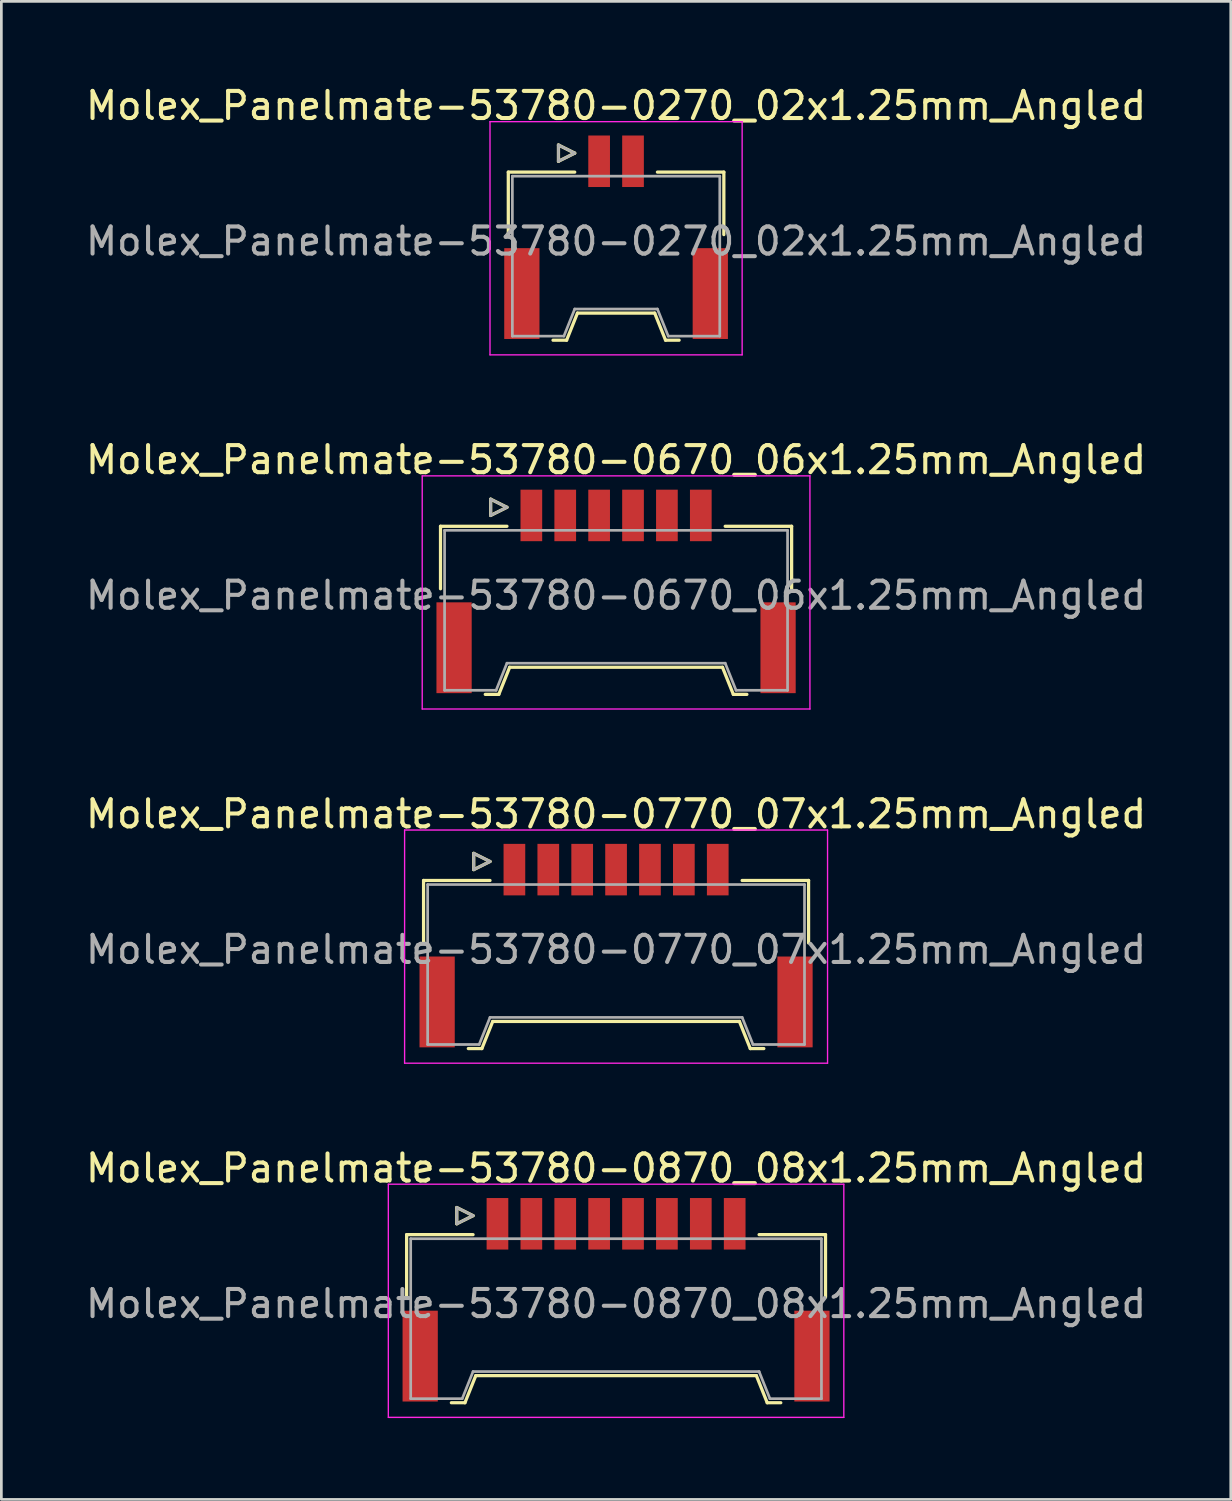
<source format=kicad_pcb>
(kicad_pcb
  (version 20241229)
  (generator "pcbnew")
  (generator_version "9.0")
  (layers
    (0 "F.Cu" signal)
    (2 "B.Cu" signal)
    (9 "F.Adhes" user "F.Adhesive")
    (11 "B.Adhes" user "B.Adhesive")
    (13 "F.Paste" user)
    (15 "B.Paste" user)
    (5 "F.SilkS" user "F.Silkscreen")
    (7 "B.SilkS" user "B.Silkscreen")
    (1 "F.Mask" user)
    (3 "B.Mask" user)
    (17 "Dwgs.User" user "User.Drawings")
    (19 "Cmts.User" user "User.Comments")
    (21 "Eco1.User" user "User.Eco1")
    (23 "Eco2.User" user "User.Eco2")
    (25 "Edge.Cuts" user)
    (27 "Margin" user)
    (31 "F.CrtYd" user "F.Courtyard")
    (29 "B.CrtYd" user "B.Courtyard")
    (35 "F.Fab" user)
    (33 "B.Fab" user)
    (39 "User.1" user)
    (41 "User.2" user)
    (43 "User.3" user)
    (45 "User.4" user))
  (footprint "Molex_Panelmate-53780-0870_08x1.25mm_Angled"
    (layer "F.Cu")
    (at 19.673 44.528)
    (property "Reference" "Molex_Panelmate-53780-0870_08x1.25mm_Angled" (at 0 -4.49 0) (layer "F.SilkS") (effects (font (size 1 1) (thickness 0.15))))
    (attr smd)
    (fp_line (start -7.725 -2.04) (end -7.725 0.265) (stroke (width 0.12) (type solid)) (layer "F.SilkS"))
    (fp_line (start -6.075 4.16) (end -5.575 4.16) (stroke (width 0.12) (type solid)) (layer "F.SilkS"))
    (fp_line (start -5.875 -3.04) (end -5.875 -2.44) (stroke (width 0.12) (type solid)) (layer "F.SilkS"))
    (fp_line (start -5.875 -2.44) (end -5.275 -2.74) (stroke (width 0.12) (type solid)) (layer "F.SilkS"))
    (fp_line (start -5.575 4.16) (end -5.175 3.16) (stroke (width 0.12) (type solid)) (layer "F.SilkS"))
    (fp_line (start -5.275 -2.74) (end -5.875 -3.04) (stroke (width 0.12) (type solid)) (layer "F.SilkS"))
    (fp_line (start -5.275 -2.04) (end -7.725 -2.04) (stroke (width 0.12) (type solid)) (layer "F.SilkS"))
    (fp_line (start -5.175 3.16) (end 5.175 3.16) (stroke (width 0.12) (type solid)) (layer "F.SilkS"))
    (fp_line (start 5.175 3.16) (end 5.575 4.16) (stroke (width 0.12) (type solid)) (layer "F.SilkS"))
    (fp_line (start 5.275 -2.04) (end 7.725 -2.04) (stroke (width 0.12) (type solid)) (layer "F.SilkS"))
    (fp_line (start 5.575 4.16) (end 6.075 4.16) (stroke (width 0.12) (type solid)) (layer "F.SilkS"))
    (fp_line (start 7.725 -2.04) (end 7.725 0.265) (stroke (width 0.12) (type solid)) (layer "F.SilkS"))
    (fp_line (start -8.4 -3.9) (end -8.4 4.7) (stroke (width 0.05) (type solid)) (layer "F.CrtYd"))
    (fp_line (start -8.4 4.7) (end 8.4 4.7) (stroke (width 0.05) (type solid)) (layer "F.CrtYd"))
    (fp_line (start 8.4 -3.9) (end -8.4 -3.9) (stroke (width 0.05) (type solid)) (layer "F.CrtYd"))
    (fp_line (start 8.4 4.7) (end 8.4 -3.9) (stroke (width 0.05) (type solid)) (layer "F.CrtYd"))
    (fp_line (start -7.575 -1.89) (end -7.575 4.01) (stroke (width 0.1) (type solid)) (layer "F.Fab"))
    (fp_line (start -7.575 4.01) (end -5.675 4.01) (stroke (width 0.1) (type solid)) (layer "F.Fab"))
    (fp_line (start -5.875 -3.04) (end -5.875 -2.44) (stroke (width 0.1) (type solid)) (layer "F.Fab"))
    (fp_line (start -5.875 -2.44) (end -5.275 -2.74) (stroke (width 0.1) (type solid)) (layer "F.Fab"))
    (fp_line (start -5.675 4.01) (end -5.275 3.01) (stroke (width 0.1) (type solid)) (layer "F.Fab"))
    (fp_line (start -5.275 -2.74) (end -5.875 -3.04) (stroke (width 0.1) (type solid)) (layer "F.Fab"))
    (fp_line (start -5.275 3.01) (end 5.275 3.01) (stroke (width 0.1) (type solid)) (layer "F.Fab"))
    (fp_line (start 5.275 3.01) (end 5.675 4.01) (stroke (width 0.1) (type solid)) (layer "F.Fab"))
    (fp_line (start 5.675 4.01) (end 7.575 4.01) (stroke (width 0.1) (type solid)) (layer "F.Fab"))
    (fp_line (start 7.575 -1.89) (end -7.575 -1.89) (stroke (width 0.1) (type solid)) (layer "F.Fab"))
    (fp_line (start 7.575 4.01) (end 7.575 -1.89) (stroke (width 0.1) (type solid)) (layer "F.Fab"))
    (fp_text user "${REFERENCE}" (at 0 0.51 0) (layer "F.Fab") (effects (font (size 1 1) (thickness 0.15))))
    (pad "" smd rect (at -7.225 2.44) (size 1.3 3.35) (layers "F.Cu" "F.Mask" "F.Paste"))
    (pad "" smd rect (at 7.225 2.44) (size 1.3 3.35) (layers "F.Cu" "F.Mask" "F.Paste"))
    (pad "1" smd rect (at -4.375 -2.44) (size 0.8 1.9) (layers "F.Cu" "F.Mask" "F.Paste"))
    (pad "2" smd rect (at -3.125 -2.44) (size 0.8 1.9) (layers "F.Cu" "F.Mask" "F.Paste"))
    (pad "3" smd rect (at -1.875 -2.44) (size 0.8 1.9) (layers "F.Cu" "F.Mask" "F.Paste"))
    (pad "4" smd rect (at -0.625 -2.44) (size 0.8 1.9) (layers "F.Cu" "F.Mask" "F.Paste"))
    (pad "5" smd rect (at 0.625 -2.44) (size 0.8 1.9) (layers "F.Cu" "F.Mask" "F.Paste"))
    (pad "6" smd rect (at 1.875 -2.44) (size 0.8 1.9) (layers "F.Cu" "F.Mask" "F.Paste"))
    (pad "7" smd rect (at 3.125 -2.44) (size 0.8 1.9) (layers "F.Cu" "F.Mask" "F.Paste"))
    (pad "8" smd rect (at 4.375 -2.44) (size 0.8 1.9) (layers "F.Cu" "F.Mask" "F.Paste")))
  (footprint "Molex_Panelmate-53780-0770_07x1.25mm_Angled"
    (layer "F.Cu")
    (at 19.673 31.465)
    (property "Reference" "Molex_Panelmate-53780-0770_07x1.25mm_Angled" (at 0 -4.49 0) (layer "F.SilkS") (effects (font (size 1 1) (thickness 0.15))))
    (attr smd)
    (fp_line (start -7.1 -2.04) (end -7.1 0.265) (stroke (width 0.12) (type solid)) (layer "F.SilkS"))
    (fp_line (start -5.45 4.16) (end -4.95 4.16) (stroke (width 0.12) (type solid)) (layer "F.SilkS"))
    (fp_line (start -5.25 -3.04) (end -5.25 -2.44) (stroke (width 0.12) (type solid)) (layer "F.SilkS"))
    (fp_line (start -5.25 -2.44) (end -4.65 -2.74) (stroke (width 0.12) (type solid)) (layer "F.SilkS"))
    (fp_line (start -4.95 4.16) (end -4.55 3.16) (stroke (width 0.12) (type solid)) (layer "F.SilkS"))
    (fp_line (start -4.65 -2.74) (end -5.25 -3.04) (stroke (width 0.12) (type solid)) (layer "F.SilkS"))
    (fp_line (start -4.65 -2.04) (end -7.1 -2.04) (stroke (width 0.12) (type solid)) (layer "F.SilkS"))
    (fp_line (start -4.55 3.16) (end 4.55 3.16) (stroke (width 0.12) (type solid)) (layer "F.SilkS"))
    (fp_line (start 4.55 3.16) (end 4.95 4.16) (stroke (width 0.12) (type solid)) (layer "F.SilkS"))
    (fp_line (start 4.65 -2.04) (end 7.1 -2.04) (stroke (width 0.12) (type solid)) (layer "F.SilkS"))
    (fp_line (start 4.95 4.16) (end 5.45 4.16) (stroke (width 0.12) (type solid)) (layer "F.SilkS"))
    (fp_line (start 7.1 -2.04) (end 7.1 0.265) (stroke (width 0.12) (type solid)) (layer "F.SilkS"))
    (fp_line (start -7.8 -3.9) (end -7.8 4.7) (stroke (width 0.05) (type solid)) (layer "F.CrtYd"))
    (fp_line (start -7.8 4.7) (end 7.8 4.7) (stroke (width 0.05) (type solid)) (layer "F.CrtYd"))
    (fp_line (start 7.8 -3.9) (end -7.8 -3.9) (stroke (width 0.05) (type solid)) (layer "F.CrtYd"))
    (fp_line (start 7.8 4.7) (end 7.8 -3.9) (stroke (width 0.05) (type solid)) (layer "F.CrtYd"))
    (fp_line (start -6.95 -1.89) (end -6.95 4.01) (stroke (width 0.1) (type solid)) (layer "F.Fab"))
    (fp_line (start -6.95 4.01) (end -5.05 4.01) (stroke (width 0.1) (type solid)) (layer "F.Fab"))
    (fp_line (start -5.25 -3.04) (end -5.25 -2.44) (stroke (width 0.1) (type solid)) (layer "F.Fab"))
    (fp_line (start -5.25 -2.44) (end -4.65 -2.74) (stroke (width 0.1) (type solid)) (layer "F.Fab"))
    (fp_line (start -5.05 4.01) (end -4.65 3.01) (stroke (width 0.1) (type solid)) (layer "F.Fab"))
    (fp_line (start -4.65 -2.74) (end -5.25 -3.04) (stroke (width 0.1) (type solid)) (layer "F.Fab"))
    (fp_line (start -4.65 3.01) (end 4.65 3.01) (stroke (width 0.1) (type solid)) (layer "F.Fab"))
    (fp_line (start 4.65 3.01) (end 5.05 4.01) (stroke (width 0.1) (type solid)) (layer "F.Fab"))
    (fp_line (start 5.05 4.01) (end 6.95 4.01) (stroke (width 0.1) (type solid)) (layer "F.Fab"))
    (fp_line (start 6.95 -1.89) (end -6.95 -1.89) (stroke (width 0.1) (type solid)) (layer "F.Fab"))
    (fp_line (start 6.95 4.01) (end 6.95 -1.89) (stroke (width 0.1) (type solid)) (layer "F.Fab"))
    (fp_text user "${REFERENCE}" (at 0 0.51 0) (layer "F.Fab") (effects (font (size 1 1) (thickness 0.15))))
    (pad "" smd rect (at -6.6 2.44) (size 1.3 3.35) (layers "F.Cu" "F.Mask" "F.Paste"))
    (pad "" smd rect (at 6.6 2.44) (size 1.3 3.35) (layers "F.Cu" "F.Mask" "F.Paste"))
    (pad "1" smd rect (at -3.75 -2.44) (size 0.8 1.9) (layers "F.Cu" "F.Mask" "F.Paste"))
    (pad "2" smd rect (at -2.5 -2.44) (size 0.8 1.9) (layers "F.Cu" "F.Mask" "F.Paste"))
    (pad "3" smd rect (at -1.25 -2.44) (size 0.8 1.9) (layers "F.Cu" "F.Mask" "F.Paste"))
    (pad "4" smd rect (at 0 -2.44) (size 0.8 1.9) (layers "F.Cu" "F.Mask" "F.Paste"))
    (pad "5" smd rect (at 1.25 -2.44) (size 0.8 1.9) (layers "F.Cu" "F.Mask" "F.Paste"))
    (pad "6" smd rect (at 2.5 -2.44) (size 0.8 1.9) (layers "F.Cu" "F.Mask" "F.Paste"))
    (pad "7" smd rect (at 3.75 -2.44) (size 0.8 1.9) (layers "F.Cu" "F.Mask" "F.Paste")))
  (footprint "Molex_Panelmate-53780-0270_02x1.25mm_Angled"
    (layer "F.Cu")
    (at 19.673 5.338)
    (property "Reference" "Molex_Panelmate-53780-0270_02x1.25mm_Angled" (at 0 -4.49 0) (layer "F.SilkS") (effects (font (size 1 1) (thickness 0.15))))
    (attr smd)
    (fp_line (start -3.975 -2.04) (end -3.975 0.265) (stroke (width 0.12) (type solid)) (layer "F.SilkS"))
    (fp_line (start -2.325 4.16) (end -1.825 4.16) (stroke (width 0.12) (type solid)) (layer "F.SilkS"))
    (fp_line (start -2.125 -3.04) (end -2.125 -2.44) (stroke (width 0.12) (type solid)) (layer "F.SilkS"))
    (fp_line (start -2.125 -2.44) (end -1.525 -2.74) (stroke (width 0.12) (type solid)) (layer "F.SilkS"))
    (fp_line (start -1.825 4.16) (end -1.425 3.16) (stroke (width 0.12) (type solid)) (layer "F.SilkS"))
    (fp_line (start -1.525 -2.74) (end -2.125 -3.04) (stroke (width 0.12) (type solid)) (layer "F.SilkS"))
    (fp_line (start -1.525 -2.04) (end -3.975 -2.04) (stroke (width 0.12) (type solid)) (layer "F.SilkS"))
    (fp_line (start -1.425 3.16) (end 1.425 3.16) (stroke (width 0.12) (type solid)) (layer "F.SilkS"))
    (fp_line (start 1.425 3.16) (end 1.825 4.16) (stroke (width 0.12) (type solid)) (layer "F.SilkS"))
    (fp_line (start 1.525 -2.04) (end 3.975 -2.04) (stroke (width 0.12) (type solid)) (layer "F.SilkS"))
    (fp_line (start 1.825 4.16) (end 2.325 4.16) (stroke (width 0.12) (type solid)) (layer "F.SilkS"))
    (fp_line (start 3.975 -2.04) (end 3.975 0.265) (stroke (width 0.12) (type solid)) (layer "F.SilkS"))
    (fp_line (start -4.65 -3.9) (end -4.65 4.7) (stroke (width 0.05) (type solid)) (layer "F.CrtYd"))
    (fp_line (start -4.65 4.7) (end 4.65 4.7) (stroke (width 0.05) (type solid)) (layer "F.CrtYd"))
    (fp_line (start 4.65 -3.9) (end -4.65 -3.9) (stroke (width 0.05) (type solid)) (layer "F.CrtYd"))
    (fp_line (start 4.65 4.7) (end 4.65 -3.9) (stroke (width 0.05) (type solid)) (layer "F.CrtYd"))
    (fp_line (start -3.825 -1.89) (end -3.825 4.01) (stroke (width 0.1) (type solid)) (layer "F.Fab"))
    (fp_line (start -3.825 4.01) (end -1.925 4.01) (stroke (width 0.1) (type solid)) (layer "F.Fab"))
    (fp_line (start -2.125 -3.04) (end -2.125 -2.44) (stroke (width 0.1) (type solid)) (layer "F.Fab"))
    (fp_line (start -2.125 -2.44) (end -1.525 -2.74) (stroke (width 0.1) (type solid)) (layer "F.Fab"))
    (fp_line (start -1.925 4.01) (end -1.525 3.01) (stroke (width 0.1) (type solid)) (layer "F.Fab"))
    (fp_line (start -1.525 -2.74) (end -2.125 -3.04) (stroke (width 0.1) (type solid)) (layer "F.Fab"))
    (fp_line (start -1.525 3.01) (end 1.525 3.01) (stroke (width 0.1) (type solid)) (layer "F.Fab"))
    (fp_line (start 1.525 3.01) (end 1.925 4.01) (stroke (width 0.1) (type solid)) (layer "F.Fab"))
    (fp_line (start 1.925 4.01) (end 3.825 4.01) (stroke (width 0.1) (type solid)) (layer "F.Fab"))
    (fp_line (start 3.825 -1.89) (end -3.825 -1.89) (stroke (width 0.1) (type solid)) (layer "F.Fab"))
    (fp_line (start 3.825 4.01) (end 3.825 -1.89) (stroke (width 0.1) (type solid)) (layer "F.Fab"))
    (fp_text user "${REFERENCE}" (at 0 0.51 0) (layer "F.Fab") (effects (font (size 1 1) (thickness 0.15))))
    (pad "" smd rect (at -3.475 2.44) (size 1.3 3.35) (layers "F.Cu" "F.Mask" "F.Paste"))
    (pad "" smd rect (at 3.475 2.44) (size 1.3 3.35) (layers "F.Cu" "F.Mask" "F.Paste"))
    (pad "1" smd rect (at -0.625 -2.44) (size 0.8 1.9) (layers "F.Cu" "F.Mask" "F.Paste"))
    (pad "2" smd rect (at 0.625 -2.44) (size 0.8 1.9) (layers "F.Cu" "F.Mask" "F.Paste")))
  (footprint "Molex_Panelmate-53780-0670_06x1.25mm_Angled"
    (layer "F.Cu")
    (at 19.673 18.401)
    (property "Reference" "Molex_Panelmate-53780-0670_06x1.25mm_Angled" (at 0 -4.49 0) (layer "F.SilkS") (effects (font (size 1 1) (thickness 0.15))))
    (attr smd)
    (fp_line (start -6.475 -2.04) (end -6.475 0.265) (stroke (width 0.12) (type solid)) (layer "F.SilkS"))
    (fp_line (start -4.825 4.16) (end -4.325 4.16) (stroke (width 0.12) (type solid)) (layer "F.SilkS"))
    (fp_line (start -4.625 -3.04) (end -4.625 -2.44) (stroke (width 0.12) (type solid)) (layer "F.SilkS"))
    (fp_line (start -4.625 -2.44) (end -4.025 -2.74) (stroke (width 0.12) (type solid)) (layer "F.SilkS"))
    (fp_line (start -4.325 4.16) (end -3.925 3.16) (stroke (width 0.12) (type solid)) (layer "F.SilkS"))
    (fp_line (start -4.025 -2.74) (end -4.625 -3.04) (stroke (width 0.12) (type solid)) (layer "F.SilkS"))
    (fp_line (start -4.025 -2.04) (end -6.475 -2.04) (stroke (width 0.12) (type solid)) (layer "F.SilkS"))
    (fp_line (start -3.925 3.16) (end 3.925 3.16) (stroke (width 0.12) (type solid)) (layer "F.SilkS"))
    (fp_line (start 3.925 3.16) (end 4.325 4.16) (stroke (width 0.12) (type solid)) (layer "F.SilkS"))
    (fp_line (start 4.025 -2.04) (end 6.475 -2.04) (stroke (width 0.12) (type solid)) (layer "F.SilkS"))
    (fp_line (start 4.325 4.16) (end 4.825 4.16) (stroke (width 0.12) (type solid)) (layer "F.SilkS"))
    (fp_line (start 6.475 -2.04) (end 6.475 0.265) (stroke (width 0.12) (type solid)) (layer "F.SilkS"))
    (fp_line (start -7.15 -3.9) (end -7.15 4.7) (stroke (width 0.05) (type solid)) (layer "F.CrtYd"))
    (fp_line (start -7.15 4.7) (end 7.15 4.7) (stroke (width 0.05) (type solid)) (layer "F.CrtYd"))
    (fp_line (start 7.15 -3.9) (end -7.15 -3.9) (stroke (width 0.05) (type solid)) (layer "F.CrtYd"))
    (fp_line (start 7.15 4.7) (end 7.15 -3.9) (stroke (width 0.05) (type solid)) (layer "F.CrtYd"))
    (fp_line (start -6.325 -1.89) (end -6.325 4.01) (stroke (width 0.1) (type solid)) (layer "F.Fab"))
    (fp_line (start -6.325 4.01) (end -4.425 4.01) (stroke (width 0.1) (type solid)) (layer "F.Fab"))
    (fp_line (start -4.625 -3.04) (end -4.625 -2.44) (stroke (width 0.1) (type solid)) (layer "F.Fab"))
    (fp_line (start -4.625 -2.44) (end -4.025 -2.74) (stroke (width 0.1) (type solid)) (layer "F.Fab"))
    (fp_line (start -4.425 4.01) (end -4.025 3.01) (stroke (width 0.1) (type solid)) (layer "F.Fab"))
    (fp_line (start -4.025 -2.74) (end -4.625 -3.04) (stroke (width 0.1) (type solid)) (layer "F.Fab"))
    (fp_line (start -4.025 3.01) (end 4.025 3.01) (stroke (width 0.1) (type solid)) (layer "F.Fab"))
    (fp_line (start 4.025 3.01) (end 4.425 4.01) (stroke (width 0.1) (type solid)) (layer "F.Fab"))
    (fp_line (start 4.425 4.01) (end 6.325 4.01) (stroke (width 0.1) (type solid)) (layer "F.Fab"))
    (fp_line (start 6.325 -1.89) (end -6.325 -1.89) (stroke (width 0.1) (type solid)) (layer "F.Fab"))
    (fp_line (start 6.325 4.01) (end 6.325 -1.89) (stroke (width 0.1) (type solid)) (layer "F.Fab"))
    (fp_text user "${REFERENCE}" (at 0 0.51 0) (layer "F.Fab") (effects (font (size 1 1) (thickness 0.15))))
    (pad "" smd rect (at -5.975 2.44) (size 1.3 3.35) (layers "F.Cu" "F.Mask" "F.Paste"))
    (pad "" smd rect (at 5.975 2.44) (size 1.3 3.35) (layers "F.Cu" "F.Mask" "F.Paste"))
    (pad "1" smd rect (at -3.125 -2.44) (size 0.8 1.9) (layers "F.Cu" "F.Mask" "F.Paste"))
    (pad "2" smd rect (at -1.875 -2.44) (size 0.8 1.9) (layers "F.Cu" "F.Mask" "F.Paste"))
    (pad "3" smd rect (at -0.625 -2.44) (size 0.8 1.9) (layers "F.Cu" "F.Mask" "F.Paste"))
    (pad "4" smd rect (at 0.625 -2.44) (size 0.8 1.9) (layers "F.Cu" "F.Mask" "F.Paste"))
    (pad "5" smd rect (at 1.875 -2.44) (size 0.8 1.9) (layers "F.Cu" "F.Mask" "F.Paste"))
    (pad "6" smd rect (at 3.125 -2.44) (size 0.8 1.9) (layers "F.Cu" "F.Mask" "F.Paste")))
  (gr_rect
    (start -3 -3)
    (end 42.345 52.253)
    (stroke (width 0.1) (type default))
    (fill no)
    (layer "Edge.Cuts")))
</source>
